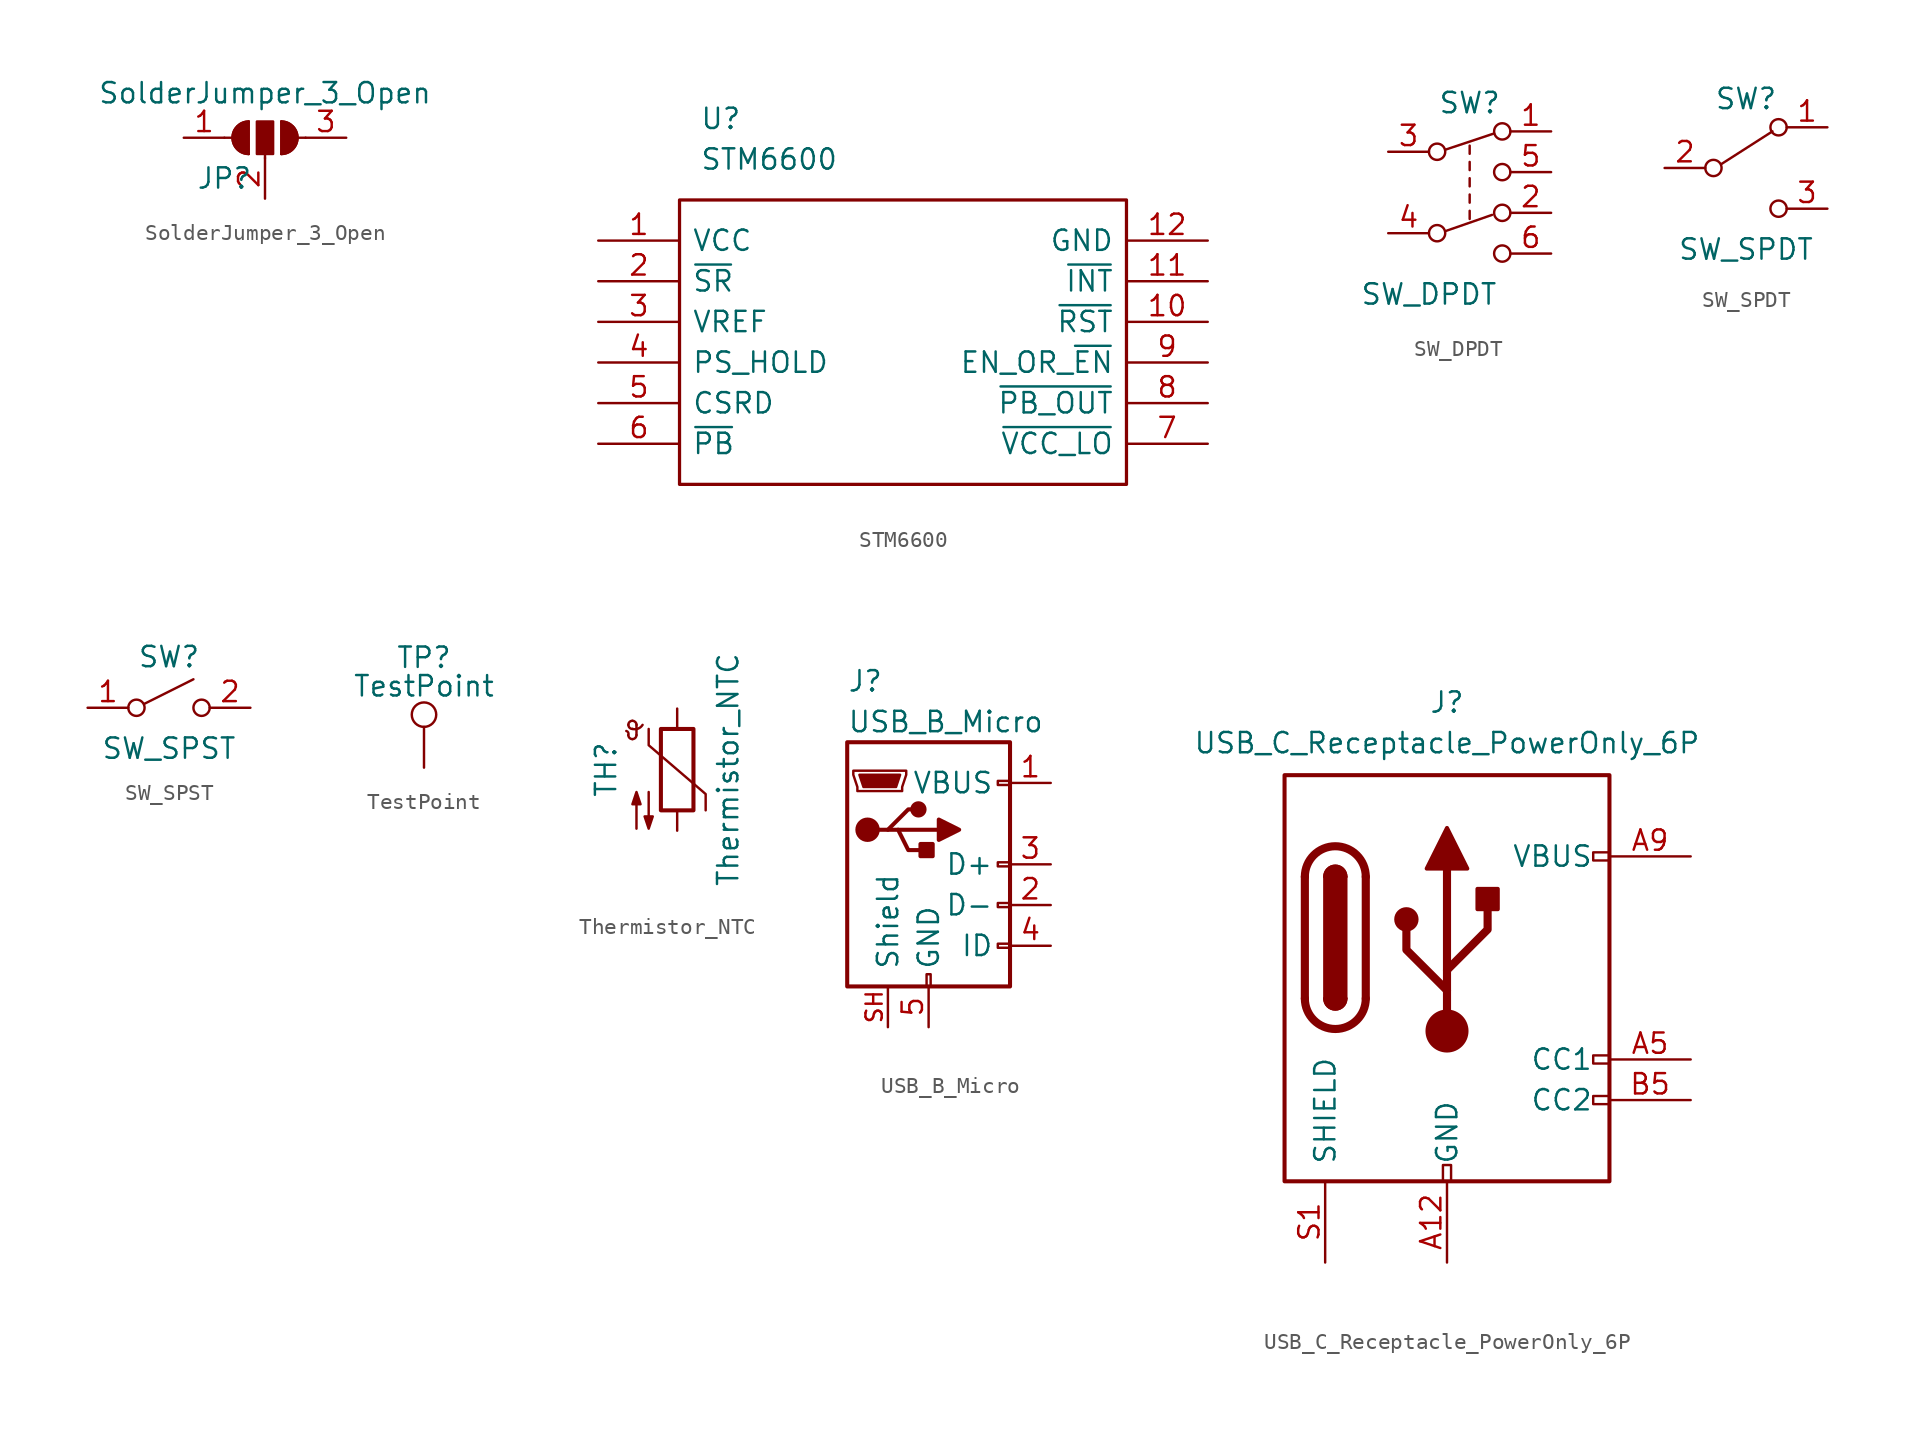
<source format=kicad_sym>
(kicad_symbol_lib
  (version 20241209)
  (generator "kicad_symbol_editor")
  (generator_version "9.0")
  (symbol "SolderJumper_3_Open"
    (pin_names
      (offset 0)
      (hide yes))
    (property "Reference" "JP"
      (at -2.54 -2.54 0)
      (effects (font (size 1.27 1.27))))
    (property "Value" "SolderJumper_3_Open"
      (at 0 2.794 0)
      (effects (font (size 1.27 1.27))))
    (symbol "SolderJumper_3_Open_0_1"
      (polyline (pts (xy -2.54 0) (xy -2.032 0)) (stroke (width 0) (type solid)) (fill (type none)))
      (polyline (pts (xy -1.016 1.016) (xy -1.016 -1.016)) (stroke (width 0) (type solid)) (fill (type none)))
      (arc (start -1.016 -1.016) (mid -2.0276 0) (end -1.016 1.016) (stroke (width 0) (type solid)) (fill (type none)))
      (arc (start -1.016 -1.016) (mid -2.0276 0) (end -1.016 1.016) (stroke (width 0) (type solid)) (fill (type outline)))
      (rectangle (start -0.508 1.016) (end 0.508 -1.016) (stroke (width 0) (type solid)) (fill (type outline)))
      (polyline (pts (xy 0 -1.27) (xy 0 -1.016)) (stroke (width 0) (type solid)) (fill (type none)))
      (arc (start 1.016 1.016) (mid 2.0276 0) (end 1.016 -1.016) (stroke (width 0) (type solid)) (fill (type none)))
      (arc (start 1.016 1.016) (mid 2.0276 0) (end 1.016 -1.016) (stroke (width 0) (type solid)) (fill (type outline)))
      (polyline (pts (xy 1.016 1.016) (xy 1.016 -1.016)) (stroke (width 0) (type solid)) (fill (type none)))
      (polyline (pts (xy 2.54 0) (xy 2.032 0)) (stroke (width 0) (type solid)) (fill (type none))))
    (symbol "SolderJumper_3_Open_1_1"
      (pin passive line (at -5.08 0 0) (length 2.54) (name "A" (effects (font (size 1.27 1.27)))) (number "1" (effects (font (size 1.27 1.27)))))
      (pin input line (at 0 -3.81 90) (length 2.54) (name "C" (effects (font (size 1.27 1.27)))) (number "2" (effects (font (size 1.27 1.27)))))
      (pin passive line (at 5.08 0 180) (length 2.54) (name "B" (effects (font (size 1.27 1.27)))) (number "3" (effects (font (size 1.27 1.27)))))))
  (symbol "STM6600"
    (pin_names
      (offset 0.762))
    (property "Reference" "U"
      (at -12.7 13.97 0)
      (effects (font (size 1.27 1.27)) (justify left)))
    (property "Value" "STM6600"
      (at -12.7 11.43 0)
      (effects (font (size 1.27 1.27)) (justify left)))
    (symbol "STM6600_0_0"
      (pin passive line (at -19.05 6.35 0) (length 5.08) (name "VCC" (effects (font (size 1.27 1.27)))) (number "1" (effects (font (size 1.27 1.27)))))
      (pin passive line (at -19.05 3.81 0) (length 5.08) (name "~{SR}" (effects (font (size 1.27 1.27)))) (number "2" (effects (font (size 1.27 1.27)))))
      (pin passive line (at -19.05 1.27 0) (length 5.08) (name "VREF" (effects (font (size 1.27 1.27)))) (number "3" (effects (font (size 1.27 1.27)))))
      (pin passive line (at -19.05 -1.27 0) (length 5.08) (name "PS_HOLD" (effects (font (size 1.27 1.27)))) (number "4" (effects (font (size 1.27 1.27)))))
      (pin passive line (at -19.05 -3.81 0) (length 5.08) (name "CSRD" (effects (font (size 1.27 1.27)))) (number "5" (effects (font (size 1.27 1.27)))))
      (pin passive line (at -19.05 -6.35 0) (length 5.08) (name "~{PB}" (effects (font (size 1.27 1.27)))) (number "6" (effects (font (size 1.27 1.27)))))
      (pin passive line (at 19.05 6.35 180) (length 5.08) (name "GND" (effects (font (size 1.27 1.27)))) (number "12" (effects (font (size 1.27 1.27)))))
      (pin passive line (at 19.05 3.81 180) (length 5.08) (name "~{INT}" (effects (font (size 1.27 1.27)))) (number "11" (effects (font (size 1.27 1.27)))))
      (pin passive line (at 19.05 1.27 180) (length 5.08) (name "~{RST}" (effects (font (size 1.27 1.27)))) (number "10" (effects (font (size 1.27 1.27)))))
      (pin passive line (at 19.05 -1.27 180) (length 5.08) (name "EN_OR_~{EN}" (effects (font (size 1.27 1.27)))) (number "9" (effects (font (size 1.27 1.27)))))
      (pin passive line (at 19.05 -3.81 180) (length 5.08) (name "~{PB_OUT}" (effects (font (size 1.27 1.27)))) (number "8" (effects (font (size 1.27 1.27)))))
      (pin passive line (at 19.05 -6.35 180) (length 5.08) (name "~{VCC_LO}" (effects (font (size 1.27 1.27)))) (number "7" (effects (font (size 1.27 1.27))))))
    (symbol "STM6600_0_1"
      (polyline (pts (xy -13.97 8.89) (xy 13.97 8.89) (xy 13.97 -8.89) (xy -13.97 -8.89) (xy -13.97 8.89)) (stroke (width 0.203) (type solid)) (fill (type none)))))
  (symbol "SW_DPDT"
    (pin_names
      (offset 0)
      (hide yes))
    (property "Reference" "SW"
      (at 0 5.588 0)
      (effects (font (size 1.27 1.27))))
    (property "Value" "SW_DPDT"
      (at -2.54 -6.35 0)
      (effects (font (size 1.27 1.27))))
    (symbol "SW_DPDT_0_0"
      (circle (center -2.032 2.54) (radius 0.508) (stroke (width 0) (type solid)) (fill (type none)))
      (circle (center -2.032 -2.54) (radius 0.508) (stroke (width 0) (type solid)) (fill (type none)))
      (circle (center 2.032 1.27) (radius 0.508) (stroke (width 0) (type solid)) (fill (type none)))
      (circle (center 2.032 -3.81) (radius 0.508) (stroke (width 0) (type solid)) (fill (type none))))
    (symbol "SW_DPDT_0_1"
      (polyline (pts (xy -1.524 2.667) (xy 1.524 3.683)) (stroke (width 0) (type solid)) (fill (type none)))
      (polyline (pts (xy -1.524 -2.413) (xy 1.397 -1.397)) (stroke (width 0) (type solid)) (fill (type none)))
      (polyline (pts (xy 0 2.921) (xy 0 2.413)) (stroke (width 0) (type solid)) (fill (type none)))
      (polyline (pts (xy 0 1.905) (xy 0 1.397)) (stroke (width 0) (type solid)) (fill (type none)))
      (polyline (pts (xy 0 0.889) (xy 0 0.381)) (stroke (width 0) (type solid)) (fill (type none)))
      (polyline (pts (xy 0 -0.127) (xy 0 -0.635)) (stroke (width 0) (type solid)) (fill (type none)))
      (polyline (pts (xy 0 -1.143) (xy 0 -1.651)) (stroke (width 0) (type solid)) (fill (type none)))
      (circle (center 2.032 3.81) (radius 0.508) (stroke (width 0) (type solid)) (fill (type none)))
      (circle (center 2.032 -1.27) (radius 0.508) (stroke (width 0) (type solid)) (fill (type none))))
    (symbol "SW_DPDT_1_1"
      (pin passive line (at -5.08 2.54 0) (length 2.54) (name "B" (effects (font (size 1.27 1.27)))) (number "3" (effects (font (size 1.27 1.27)))))
      (pin passive line (at -5.08 -2.54 0) (length 2.54) (name "B" (effects (font (size 1.27 1.27)))) (number "4" (effects (font (size 1.27 1.27)))))
      (pin passive line (at 5.08 3.81 180) (length 2.54) (name "A" (effects (font (size 1.27 1.27)))) (number "1" (effects (font (size 1.27 1.27)))))
      (pin passive line (at 5.08 1.27 180) (length 2.54) (name "C" (effects (font (size 1.27 1.27)))) (number "5" (effects (font (size 1.27 1.27)))))
      (pin passive line (at 5.08 -1.27 180) (length 2.54) (name "A" (effects (font (size 1.27 1.27)))) (number "2" (effects (font (size 1.27 1.27)))))
      (pin passive line (at 5.08 -3.81 180) (length 2.54) (name "C" (effects (font (size 1.27 1.27)))) (number "6" (effects (font (size 1.27 1.27)))))))
  (symbol "SW_SPDT"
    (pin_names
      (offset 0)
      (hide yes))
    (property "Reference" "SW"
      (at 0 4.318 0)
      (effects (font (size 1.27 1.27))))
    (property "Value" "SW_SPDT"
      (at 0 -5.08 0)
      (effects (font (size 1.27 1.27))))
    (symbol "SW_SPDT_0_0"
      (circle (center -2.032 0) (radius 0.508) (stroke (width 0) (type solid)) (fill (type none)))
      (circle (center 2.032 -2.54) (radius 0.508) (stroke (width 0) (type solid)) (fill (type none))))
    (symbol "SW_SPDT_0_1"
      (polyline (pts (xy -1.524 0.254) (xy 1.651 2.286)) (stroke (width 0) (type solid)) (fill (type none)))
      (circle (center 2.032 2.54) (radius 0.508) (stroke (width 0) (type solid)) (fill (type none))))
    (symbol "SW_SPDT_1_1"
      (pin passive line (at -5.08 0 0) (length 2.54) (name "B" (effects (font (size 1.27 1.27)))) (number "2" (effects (font (size 1.27 1.27)))))
      (pin passive line (at 5.08 2.54 180) (length 2.54) (name "A" (effects (font (size 1.27 1.27)))) (number "1" (effects (font (size 1.27 1.27)))))
      (pin passive line (at 5.08 -2.54 180) (length 2.54) (name "C" (effects (font (size 1.27 1.27)))) (number "3" (effects (font (size 1.27 1.27)))))))
  (symbol "SW_SPST"
    (pin_names
      (offset 0)
      (hide yes))
    (property "Reference" "SW"
      (at 0 3.175 0)
      (effects (font (size 1.27 1.27))))
    (property "Value" "SW_SPST"
      (at 0 -2.54 0)
      (effects (font (size 1.27 1.27))))
    (symbol "SW_SPST_0_0"
      (circle (center -2.032 0) (radius 0.508) (stroke (width 0) (type solid)) (fill (type none)))
      (polyline (pts (xy -1.524 0.254) (xy 1.524 1.778)) (stroke (width 0) (type solid)) (fill (type none)))
      (circle (center 2.032 0) (radius 0.508) (stroke (width 0) (type solid)) (fill (type none))))
    (symbol "SW_SPST_1_1"
      (pin passive line (at -5.08 0 0) (length 2.54) (name "A" (effects (font (size 1.27 1.27)))) (number "1" (effects (font (size 1.27 1.27)))))
      (pin passive line (at 5.08 0 180) (length 2.54) (name "B" (effects (font (size 1.27 1.27)))) (number "2" (effects (font (size 1.27 1.27)))))))
  (symbol "TestPoint"
    (pin_numbers
      (hide yes))
    (pin_names
      (offset 0.762)
      (hide yes))
    (property "Reference" "TP"
      (at 0 6.858 0)
      (effects (font (size 1.27 1.27))))
    (property "Value" "TestPoint"
      (at 0 5.08 0)
      (effects (font (size 1.27 1.27))))
    (symbol "TestPoint_0_1"
      (circle (center 0 3.302) (radius 0.762) (stroke (width 0) (type solid)) (fill (type none))))
    (symbol "TestPoint_1_1"
      (pin passive line (at 0 0 90) (length 2.54) (name "1" (effects (font (size 1.27 1.27)))) (number "1" (effects (font (size 1.27 1.27)))))))
  (symbol "Thermistor_NTC"
    (pin_numbers
      (hide yes))
    (pin_names
      (offset 0))
    (property "Reference" "TH"
      (at -4.445 0 90)
      (effects (font (size 1.27 1.27))))
    (property "Value" "Thermistor_NTC"
      (at 3.175 0 90)
      (effects (font (size 1.27 1.27))))
    (symbol "Thermistor_NTC_0_1"
      (arc (start -3.175 2.413) (mid -3.0506 2.3165) (end -3.048 2.159) (stroke (width 0) (type solid)) (fill (type none)))
      (arc (start -3.048 2.794) (mid -2.9736 2.9736) (end -2.794 3.048) (stroke (width 0) (type solid)) (fill (type none)))
      (arc (start -2.794 3.048) (mid -2.6144 2.9736) (end -2.54 2.794) (stroke (width 0) (type solid)) (fill (type none)))
      (arc (start -2.794 2.54) (mid -2.9736 2.6144) (end -3.048 2.794) (stroke (width 0) (type solid)) (fill (type none)))
      (arc (start -2.794 1.905) (mid -2.9736 1.9794) (end -3.048 2.159) (stroke (width 0) (type solid)) (fill (type none)))
      (arc (start -2.54 2.159) (mid -2.6144 1.9794) (end -2.794 1.905) (stroke (width 0) (type solid)) (fill (type none)))
      (arc (start -2.159 2.794) (mid -2.434 2.5608) (end -2.794 2.54) (stroke (width 0) (type solid)) (fill (type none)))
      (polyline (pts (xy -2.54 2.159) (xy -2.54 2.794)) (stroke (width 0) (type solid)) (fill (type none)))
      (polyline (pts (xy -2.54 -3.683) (xy -2.54 -1.397) (xy -2.794 -2.159) (xy -2.286 -2.159) (xy -2.54 -1.397) (xy -2.54 -1.651)) (stroke (width 0) (type solid)) (fill (type outline)))
      (polyline (pts (xy -1.778 2.54) (xy -1.778 1.524) (xy 1.778 -1.524) (xy 1.778 -2.54)) (stroke (width 0) (type solid)) (fill (type none)))
      (polyline (pts (xy -1.778 -1.397) (xy -1.778 -3.683) (xy -2.032 -2.921) (xy -1.524 -2.921) (xy -1.778 -3.683) (xy -1.778 -3.429)) (stroke (width 0) (type solid)) (fill (type outline)))
      (rectangle (start -1.016 2.54) (end 1.016 -2.54) (stroke (width 0.254) (type solid)) (fill (type none))))
    (symbol "Thermistor_NTC_1_1"
      (pin passive line (at 0 3.81 270) (length 1.27) (name "~" (effects (font (size 1.27 1.27)))) (number "1" (effects (font (size 1.27 1.27)))))
      (pin passive line (at 0 -3.81 90) (length 1.27) (name "~" (effects (font (size 1.27 1.27)))) (number "2" (effects (font (size 1.27 1.27)))))))
  (symbol "USB_B_Micro"
    (pin_names
      (offset 1.016))
    (property "Reference" "J"
      (at -5.08 11.43 0)
      (effects (font (size 1.27 1.27)) (justify left)))
    (property "Value" "USB_B_Micro"
      (at -5.08 8.89 0)
      (effects (font (size 1.27 1.27)) (justify left)))
    (symbol "USB_B_Micro_0_1"
      (rectangle (start -5.08 -7.62) (end 5.08 7.62) (stroke (width 0.254) (type solid)) (fill (type none)))
      (polyline (pts (xy -4.699 5.842) (xy -4.699 5.588) (xy -4.445 4.826) (xy -4.445 4.572) (xy -1.651 4.572) (xy -1.651 4.826) (xy -1.397 5.588) (xy -1.397 5.842) (xy -4.699 5.842)) (stroke (width 0) (type solid)) (fill (type none)))
      (polyline (pts (xy -4.318 5.588) (xy -1.778 5.588) (xy -2.032 4.826) (xy -4.064 4.826) (xy -4.318 5.588)) (stroke (width 0) (type solid)) (fill (type outline)))
      (circle (center -3.81 2.159) (radius 0.635) (stroke (width 0.254) (type solid)) (fill (type outline)))
      (polyline (pts (xy -3.175 2.159) (xy -2.54 2.159) (xy -1.27 3.429) (xy -0.635 3.429)) (stroke (width 0.254) (type solid)) (fill (type none)))
      (polyline (pts (xy -2.54 2.159) (xy -1.905 2.159) (xy -1.27 0.889) (xy 0 0.889)) (stroke (width 0.254) (type solid)) (fill (type none)))
      (polyline (pts (xy -1.905 2.159) (xy 0.635 2.159)) (stroke (width 0.254) (type solid)) (fill (type none)))
      (circle (center -0.635 3.429) (radius 0.381) (stroke (width 0.254) (type solid)) (fill (type outline)))
      (rectangle (start -0.127 -7.62) (end 0.127 -6.858) (stroke (width 0) (type solid)) (fill (type none)))
      (rectangle (start 0.254 1.27) (end -0.508 0.508) (stroke (width 0.254) (type solid)) (fill (type outline)))
      (polyline (pts (xy 0.635 2.794) (xy 0.635 1.524) (xy 1.905 2.159) (xy 0.635 2.794)) (stroke (width 0.254) (type solid)) (fill (type outline)))
      (rectangle (start 5.08 4.953) (end 4.318 5.207) (stroke (width 0) (type solid)) (fill (type none)))
      (rectangle (start 5.08 -0.127) (end 4.318 0.127) (stroke (width 0) (type solid)) (fill (type none)))
      (rectangle (start 5.08 -2.667) (end 4.318 -2.413) (stroke (width 0) (type solid)) (fill (type none)))
      (rectangle (start 5.08 -5.207) (end 4.318 -4.953) (stroke (width 0) (type solid)) (fill (type none))))
    (symbol "USB_B_Micro_1_1"
      (pin passive line (at -2.54 -10.16 90) (length 2.54) (name "Shield" (effects (font (size 1.27 1.27)))) (number "SH" (effects (font (size 1.016 1.016)))))
      (pin power_out line (at 0 -10.16 90) (length 2.54) (name "GND" (effects (font (size 1.27 1.27)))) (number "5" (effects (font (size 1.27 1.27)))))
      (pin power_out line (at 7.62 5.08 180) (length 2.54) (name "VBUS" (effects (font (size 1.27 1.27)))) (number "1" (effects (font (size 1.27 1.27)))))
      (pin passive line (at 7.62 0 180) (length 2.54) (name "D+" (effects (font (size 1.27 1.27)))) (number "3" (effects (font (size 1.27 1.27)))))
      (pin passive line (at 7.62 -2.54 180) (length 2.54) (name "D-" (effects (font (size 1.27 1.27)))) (number "2" (effects (font (size 1.27 1.27)))))
      (pin passive line (at 7.62 -5.08 180) (length 2.54) (name "ID" (effects (font (size 1.27 1.27)))) (number "4" (effects (font (size 1.27 1.27)))))))
  (symbol "USB_C_Receptacle_PowerOnly_6P"
    (pin_names
      (offset 1.016))
    (property "Reference" "J"
      (at 0 16.51 0)
      (effects (font (size 1.27 1.27)) (justify bottom)))
    (property "Value" "USB_C_Receptacle_PowerOnly_6P"
      (at 0 13.97 0)
      (effects (font (size 1.27 1.27)) (justify bottom)))
    (symbol "USB_C_Receptacle_PowerOnly_6P_0_0"
      (rectangle (start -0.254 -12.7) (end 0.254 -11.684) (stroke (width 0) (type default)) (fill (type none)))
      (rectangle (start 10.16 7.874) (end 9.144 7.366) (stroke (width 0) (type default)) (fill (type none)))
      (rectangle (start 10.16 -4.826) (end 9.144 -5.334) (stroke (width 0) (type default)) (fill (type none)))
      (rectangle (start 10.16 -7.366) (end 9.144 -7.874) (stroke (width 0) (type default)) (fill (type none))))
    (symbol "USB_C_Receptacle_PowerOnly_6P_0_1"
      (polyline (pts (xy -8.89 -1.27) (xy -8.89 6.35)) (stroke (width 0.508) (type default)) (fill (type none)))
      (rectangle (start -7.62 -1.27) (end -6.35 6.35) (stroke (width 0.254) (type default)) (fill (type outline)))
      (arc (start -7.62 6.35) (mid -6.985 6.9823) (end -6.35 6.35) (stroke (width 0.254) (type default)) (fill (type none)))
      (arc (start -7.62 6.35) (mid -6.985 6.9823) (end -6.35 6.35) (stroke (width 0.254) (type default)) (fill (type outline)))
      (arc (start -8.89 6.35) (mid -6.985 8.2467) (end -5.08 6.35) (stroke (width 0.508) (type default)) (fill (type none)))
      (arc (start -5.08 -1.27) (mid -6.985 -3.1667) (end -8.89 -1.27) (stroke (width 0.508) (type default)) (fill (type none)))
      (arc (start -6.35 -1.27) (mid -6.985 -1.9023) (end -7.62 -1.27) (stroke (width 0.254) (type default)) (fill (type none)))
      (arc (start -6.35 -1.27) (mid -6.985 -1.9023) (end -7.62 -1.27) (stroke (width 0.254) (type default)) (fill (type outline)))
      (polyline (pts (xy -5.08 6.35) (xy -5.08 -1.27)) (stroke (width 0.508) (type default)) (fill (type none)))
      (circle (center -2.54 3.683) (radius 0.635) (stroke (width 0.254) (type default)) (fill (type outline)))
      (polyline (pts (xy -1.27 6.858) (xy 0 9.398) (xy 1.27 6.858) (xy -1.27 6.858)) (stroke (width 0.254) (type default)) (fill (type outline)))
      (polyline (pts (xy 0 0.508) (xy 2.54 3.048) (xy 2.54 4.318)) (stroke (width 0.508) (type default)) (fill (type none)))
      (polyline (pts (xy 0 -0.762) (xy -2.54 1.778) (xy -2.54 3.048)) (stroke (width 0.508) (type default)) (fill (type none)))
      (polyline (pts (xy 0 -3.302) (xy 0 6.858)) (stroke (width 0.508) (type default)) (fill (type none)))
      (circle (center 0 -3.302) (radius 1.27) (stroke (width 0) (type default)) (fill (type outline)))
      (rectangle (start 1.905 4.318) (end 3.175 5.588) (stroke (width 0.254) (type default)) (fill (type outline))))
    (symbol "USB_C_Receptacle_PowerOnly_6P_1_1"
      (rectangle (start -10.16 12.7) (end 10.16 -12.7) (stroke (width 0.254) (type default)) (fill (type none)))
      (pin passive line (at -7.62 -17.78 90) (length 5.08) (name "SHIELD" (effects (font (size 1.27 1.27)))) (number "S1" (effects (font (size 1.27 1.27)))))
      (pin passive line (at 0 -17.78 90) (length 5.08) (name "GND" (effects (font (size 1.27 1.27)))) (number "A12" (effects (font (size 1.27 1.27)))))
      (pin passive line (at 0 -17.78 90) (length 5.08) (hide yes) (name "GND" (effects (font (size 1.27 1.27)))) (number "B12" (effects (font (size 1.27 1.27)))))
      (pin passive line (at 15.24 7.62 180) (length 5.08) (name "VBUS" (effects (font (size 1.27 1.27)))) (number "A9" (effects (font (size 1.27 1.27)))))
      (pin passive line (at 15.24 7.62 180) (length 5.08) (hide yes) (name "VBUS" (effects (font (size 1.27 1.27)))) (number "B9" (effects (font (size 1.27 1.27)))))
      (pin bidirectional line (at 15.24 -5.08 180) (length 5.08) (name "CC1" (effects (font (size 1.27 1.27)))) (number "A5" (effects (font (size 1.27 1.27)))))
      (pin bidirectional line (at 15.24 -7.62 180) (length 5.08) (name "CC2" (effects (font (size 1.27 1.27)))) (number "B5" (effects (font (size 1.27 1.27))))))))
</source>
